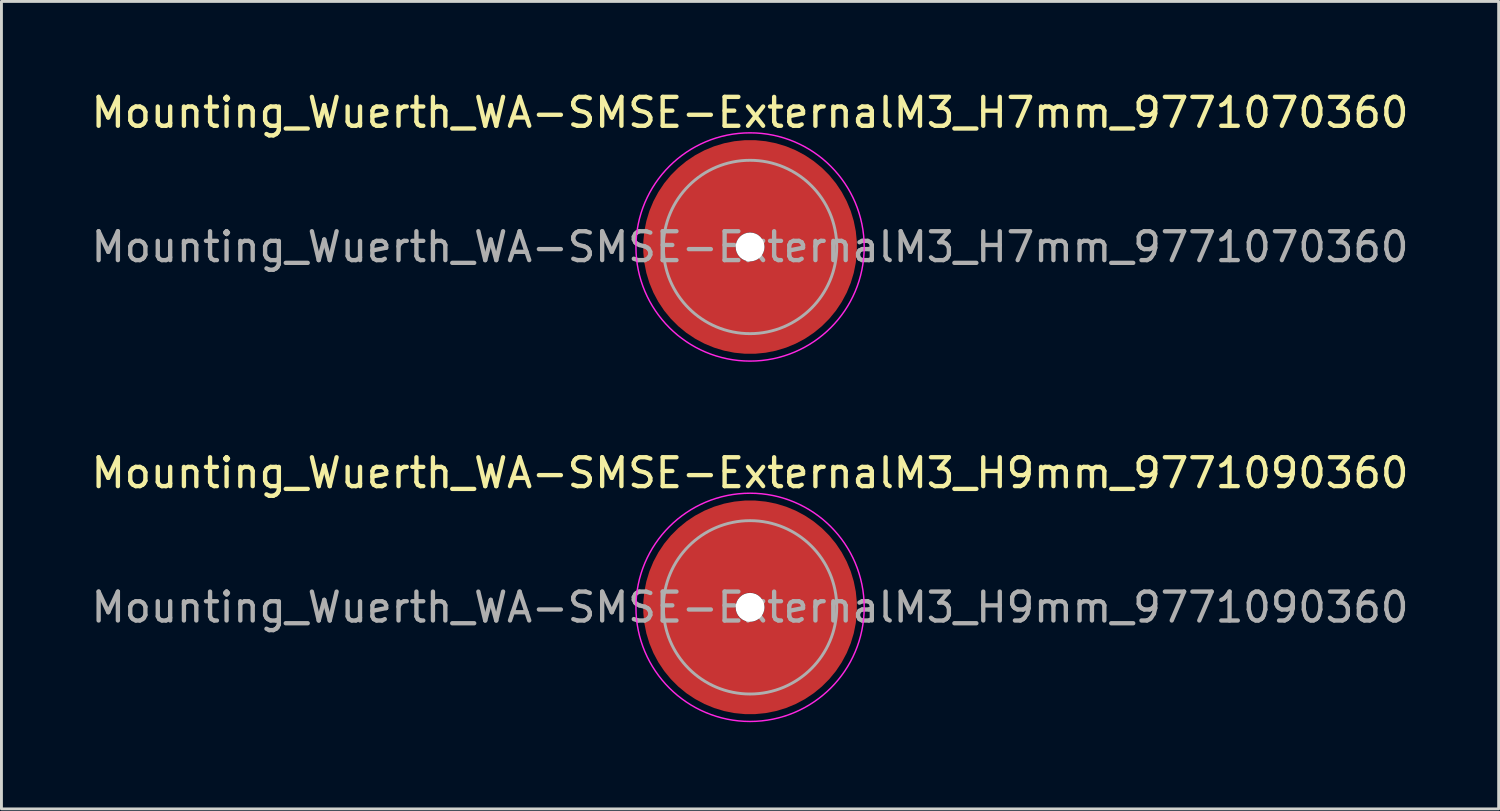
<source format=kicad_pcb>
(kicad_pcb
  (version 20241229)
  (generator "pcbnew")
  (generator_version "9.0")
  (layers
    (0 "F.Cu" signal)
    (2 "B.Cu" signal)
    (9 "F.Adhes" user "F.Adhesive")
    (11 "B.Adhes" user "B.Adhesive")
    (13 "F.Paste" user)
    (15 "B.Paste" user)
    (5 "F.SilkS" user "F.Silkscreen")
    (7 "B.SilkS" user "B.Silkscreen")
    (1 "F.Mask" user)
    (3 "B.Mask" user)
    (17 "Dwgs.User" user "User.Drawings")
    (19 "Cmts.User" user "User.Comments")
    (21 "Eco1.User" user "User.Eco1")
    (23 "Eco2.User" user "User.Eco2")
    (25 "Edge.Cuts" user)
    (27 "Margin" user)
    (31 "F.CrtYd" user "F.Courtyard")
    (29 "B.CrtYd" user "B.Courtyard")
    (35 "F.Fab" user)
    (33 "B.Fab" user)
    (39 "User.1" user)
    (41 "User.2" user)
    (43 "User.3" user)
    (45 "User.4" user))
  (footprint "Mounting_Wuerth_WA-SMSE-ExternalM3_H9mm_9771090360"
    (layer "F.Cu")
    (at 22.911 17.971)
    (property "Reference" "Mounting_Wuerth_WA-SMSE-ExternalM3_H9mm_9771090360" (at 0 -4.65 0) (layer "F.SilkS") (effects (font (size 1 1) (thickness 0.15))))
    (attr smd)
    (fp_circle (center 0 0) (end 3.95 0) (stroke (width 0.05) (type solid)) (fill no) (layer "F.CrtYd"))
    (fp_circle (center 0 0) (end 3 0) (stroke (width 0.1) (type solid)) (fill no) (layer "F.Fab"))
    (fp_text user "${REFERENCE}" (at 0 0 0) (layer "F.Fab") (effects (font (size 1 1) (thickness 0.15))))
    (pad "" smd custom (at 0 -2.1) (size 2.6 2.6) (layers "F.Paste") (options (anchor circle)) (primitives (gr_arc (start -0.305123 1.47) (mid -0.000513 1.4) (end 0.3042 1.469554) (width 0.2)) (gr_arc (start -0.493052 1.47) (mid -0.000664 1.3) (end 0.492006 1.469183) (width 0.2)) (gr_arc (start -0.642729 1.47) (mid -0.000361 1.2) (end 0.642223 1.469484) (width 0.2)) (gr_arc (start -0.776595 1.47) (mid -0.00087 1.1) (end 0.775497 1.468649) (width 0.2)) (gr_arc (start -0.901721 1.47) (mid -0.00018 1) (end 0.901515 1.469705) (width 0.2)) (gr_arc (start -1.021323 1.47) (mid -0.000665 0.9) (end 1.020624 1.468868) (width 0.2)) (gr_arc (start -1.137146 1.47) (mid -0.000289 0.8) (end 1.136866 1.469495) (width 0.2)) (gr_arc (start -1.25024 1.47) (mid -0.000155 0.7) (end 1.250101 1.469724) (width 0.2)) (gr_arc (start -1.361286 1.47) (mid -0.000403 0.6) (end 1.360947 1.469268) (width 0.2)) (gr_arc (start -1.470748 1.47) (mid -0.000334 0.5) (end 1.470485 1.469386) (width 0.2)) (gr_arc (start -1.578955 1.47) (mid -0.001427 0.400001) (end 1.577895 1.46735) (width 0.2)) (gr_arc (start -1.686149 1.47) (mid -0.000398 0.3) (end 1.68587 1.469254) (width 0.2)) (gr_arc (start -1.792512 1.47) (mid -0.001173 0.200001) (end 1.791733 1.467788) (width 0.2)) (gr_arc (start -1.898183 1.47) (mid -0.001368 0.100001) (end 1.89732 1.467404) (width 0.2)) (gr_arc (start -2.003272 1.47) (mid -0.001554 0.000001) (end 2.002338 1.467036) (width 0.2)) (gr_arc (start -2.107866 1.47) (mid -0.00037 -0.1) (end 2.107654 1.469292) (width 0.2)) (gr_arc (start -2.212035 1.47) (mid -0.00011 -0.2) (end 2.211975 1.469788) (width 0.2)) (gr_arc (start -2.315837 1.47) (mid -0.001322 -0.3) (end 2.315142 1.46745) (width 0.2)) (gr_arc (start -2.419318 1.47) (mid -0.000179 -0.4) (end 2.419228 1.469653) (width 0.2)) (gr_arc (start -2.522519 1.47) (mid -0.001235 -0.5) (end 2.521919 1.467604) (width 0.2)) (gr_arc (start -2.625471 1.47) (mid -0.000311 -0.6) (end 2.625326 1.469395) (width 0.2)) (gr_arc (start -2.728205 1.47) (mid -0.002303 -0.7) (end 2.727165 1.465513) (width 0.2)) (gr_arc (start -2.830742 1.47) (mid -0.000149 -0.8) (end 2.830677 1.469709) (width 0.2)) (gr_arc (start -2.933104 1.47) (mid -0.001447 -0.899999) (end 2.932495 1.46717) (width 0.2)) (gr_arc (start -3.035309 1.47) (mid -0.001317 -1) (end 3.034773 1.467421) (width 0.2)) (gr_arc (start -3.137372 1.47) (mid -0.002554 -1.099999) (end 3.136362 1.464993) (width 0.2)) (gr_arc (start -3.239305 1.47) (mid -0.002543 -1.199999) (end 3.23833 1.465008) (width 0.2)) (gr_arc (start -3.341123 1.47) (mid -0.001289 -1.3) (end 3.340644 1.467467) (width 0.2)) (gr_arc (start -3.442833 1.47) (mid -0.001847 -1.399999) (end 3.442166 1.466366) (width 0.2)) (gr_line (start 0.305 1.47) (end 3.443 1.47) (width 0.2)) (gr_line (start -0.305 1.47) (end -3.443 1.47) (width 0.2))))
    (pad "" np_thru_hole circle (at 0 0) (size 1 1) (drill 1) (layers "*.Cu" "*.Mask"))
    (pad "" smd custom (at 0 2.1) (size 2.6 2.6) (layers "F.Paste") (options (anchor circle)) (primitives (gr_arc (start 0.305123 -1.47) (mid 0.000513 -1.4) (end -0.3042 -1.469554) (width 0.2)) (gr_arc (start 0.493052 -1.47) (mid 0.000664 -1.3) (end -0.492006 -1.469183) (width 0.2)) (gr_arc (start 0.642729 -1.47) (mid 0.000361 -1.2) (end -0.642223 -1.469484) (width 0.2)) (gr_arc (start 0.776595 -1.47) (mid 0.00087 -1.1) (end -0.775497 -1.468649) (width 0.2)) (gr_arc (start 0.901721 -1.47) (mid 0.00018 -1) (end -0.901515 -1.469705) (width 0.2)) (gr_arc (start 1.021323 -1.47) (mid 0.000665 -0.9) (end -1.020624 -1.468868) (width 0.2)) (gr_arc (start 1.137146 -1.47) (mid 0.000289 -0.8) (end -1.136866 -1.469495) (width 0.2)) (gr_arc (start 1.25024 -1.47) (mid 0.000155 -0.7) (end -1.250101 -1.469724) (width 0.2)) (gr_arc (start 1.361286 -1.47) (mid 0.000403 -0.6) (end -1.360947 -1.469268) (width 0.2)) (gr_arc (start 1.470748 -1.47) (mid 0.000334 -0.5) (end -1.470485 -1.469386) (width 0.2)) (gr_arc (start 1.578955 -1.47) (mid 0.001427 -0.400001) (end -1.577895 -1.46735) (width 0.2)) (gr_arc (start 1.686149 -1.47) (mid 0.000398 -0.3) (end -1.68587 -1.469254) (width 0.2)) (gr_arc (start 1.792512 -1.47) (mid 0.001173 -0.200001) (end -1.791733 -1.467788) (width 0.2)) (gr_arc (start 1.898183 -1.47) (mid 0.001368 -0.100001) (end -1.89732 -1.467404) (width 0.2)) (gr_arc (start 2.003272 -1.47) (mid 0.001554 -0.000001) (end -2.002338 -1.467036) (width 0.2)) (gr_arc (start 2.107866 -1.47) (mid 0.00037 0.1) (end -2.107654 -1.469292) (width 0.2)) (gr_arc (start 2.212035 -1.47) (mid 0.00011 0.2) (end -2.211975 -1.469788) (width 0.2)) (gr_arc (start 2.315837 -1.47) (mid 0.001322 0.3) (end -2.315142 -1.46745) (width 0.2)) (gr_arc (start 2.419318 -1.47) (mid 0.000179 0.4) (end -2.419228 -1.469653) (width 0.2)) (gr_arc (start 2.522519 -1.47) (mid 0.001235 0.5) (end -2.521919 -1.467604) (width 0.2)) (gr_arc (start 2.625471 -1.47) (mid 0.000311 0.6) (end -2.625326 -1.469395) (width 0.2)) (gr_arc (start 2.728205 -1.47) (mid 0.002303 0.7) (end -2.727165 -1.465513) (width 0.2)) (gr_arc (start 2.830742 -1.47) (mid 0.000149 0.8) (end -2.830677 -1.469709) (width 0.2)) (gr_arc (start 2.933104 -1.47) (mid 0.001447 0.899999) (end -2.932495 -1.46717) (width 0.2)) (gr_arc (start 3.035309 -1.47) (mid 0.001317 1) (end -3.034773 -1.467421) (width 0.2)) (gr_arc (start 3.137372 -1.47) (mid 0.002554 1.099999) (end -3.136362 -1.464993) (width 0.2)) (gr_arc (start 3.239305 -1.47) (mid 0.002543 1.199999) (end -3.23833 -1.465008) (width 0.2)) (gr_arc (start 3.341123 -1.47) (mid 0.001289 1.3) (end -3.340644 -1.467467) (width 0.2)) (gr_arc (start 3.442833 -1.47) (mid 0.001847 1.399999) (end -3.442166 -1.466366) (width 0.2)) (gr_line (start -0.305 -1.47) (end -3.443 -1.47) (width 0.2)) (gr_line (start 0.305 -1.47) (end 3.443 -1.47) (width 0.2))))
    (pad "1" smd circle (at -2.1 0) (size 2.8 2.8) (layers "F.Cu"))
    (pad "1" smd circle (at 0 -2.1) (size 2.8 2.8) (layers "F.Cu"))
    (pad "1" smd circle (at 0 2.1) (size 2.8 2.8) (layers "F.Cu"))
    (pad "1" smd custom (at 2.1 0) (size 2.8 2.8) (layers "F.Cu" "F.Mask") (options (anchor circle)) (primitives (gr_circle (center -2.1 0) (end 0 0) (width 3.2) (fill no)))))
  (footprint "Mounting_Wuerth_WA-SMSE-ExternalM3_H7mm_9771070360"
    (layer "F.Cu")
    (at 22.911 5.498)
    (property "Reference" "Mounting_Wuerth_WA-SMSE-ExternalM3_H7mm_9771070360" (at 0 -4.65 0) (layer "F.SilkS") (effects (font (size 1 1) (thickness 0.15))))
    (attr smd)
    (fp_circle (center 0 0) (end 3.95 0) (stroke (width 0.05) (type solid)) (fill no) (layer "F.CrtYd"))
    (fp_circle (center 0 0) (end 3 0) (stroke (width 0.1) (type solid)) (fill no) (layer "F.Fab"))
    (fp_text user "${REFERENCE}" (at 0 0 0) (layer "F.Fab") (effects (font (size 1 1) (thickness 0.15))))
    (pad "" smd custom (at 0 -2.1) (size 2.6 2.6) (layers "F.Paste") (options (anchor circle)) (primitives (gr_arc (start -0.305123 1.47) (mid -0.000513 1.4) (end 0.3042 1.469554) (width 0.2)) (gr_arc (start -0.493052 1.47) (mid -0.000664 1.3) (end 0.492006 1.469183) (width 0.2)) (gr_arc (start -0.642729 1.47) (mid -0.000361 1.2) (end 0.642223 1.469484) (width 0.2)) (gr_arc (start -0.776595 1.47) (mid -0.00087 1.1) (end 0.775497 1.468649) (width 0.2)) (gr_arc (start -0.901721 1.47) (mid -0.00018 1) (end 0.901515 1.469705) (width 0.2)) (gr_arc (start -1.021323 1.47) (mid -0.000665 0.9) (end 1.020624 1.468868) (width 0.2)) (gr_arc (start -1.137146 1.47) (mid -0.000289 0.8) (end 1.136866 1.469495) (width 0.2)) (gr_arc (start -1.25024 1.47) (mid -0.000155 0.7) (end 1.250101 1.469724) (width 0.2)) (gr_arc (start -1.361286 1.47) (mid -0.000403 0.6) (end 1.360947 1.469268) (width 0.2)) (gr_arc (start -1.470748 1.47) (mid -0.000334 0.5) (end 1.470485 1.469386) (width 0.2)) (gr_arc (start -1.578955 1.47) (mid -0.001427 0.400001) (end 1.577895 1.46735) (width 0.2)) (gr_arc (start -1.686149 1.47) (mid -0.000398 0.3) (end 1.68587 1.469254) (width 0.2)) (gr_arc (start -1.792512 1.47) (mid -0.001173 0.200001) (end 1.791733 1.467788) (width 0.2)) (gr_arc (start -1.898183 1.47) (mid -0.001368 0.100001) (end 1.89732 1.467404) (width 0.2)) (gr_arc (start -2.003272 1.47) (mid -0.001554 0.000001) (end 2.002338 1.467036) (width 0.2)) (gr_arc (start -2.107866 1.47) (mid -0.00037 -0.1) (end 2.107654 1.469292) (width 0.2)) (gr_arc (start -2.212035 1.47) (mid -0.00011 -0.2) (end 2.211975 1.469788) (width 0.2)) (gr_arc (start -2.315837 1.47) (mid -0.001322 -0.3) (end 2.315142 1.46745) (width 0.2)) (gr_arc (start -2.419318 1.47) (mid -0.000179 -0.4) (end 2.419228 1.469653) (width 0.2)) (gr_arc (start -2.522519 1.47) (mid -0.001235 -0.5) (end 2.521919 1.467604) (width 0.2)) (gr_arc (start -2.625471 1.47) (mid -0.000311 -0.6) (end 2.625326 1.469395) (width 0.2)) (gr_arc (start -2.728205 1.47) (mid -0.002303 -0.7) (end 2.727165 1.465513) (width 0.2)) (gr_arc (start -2.830742 1.47) (mid -0.000149 -0.8) (end 2.830677 1.469709) (width 0.2)) (gr_arc (start -2.933104 1.47) (mid -0.001447 -0.899999) (end 2.932495 1.46717) (width 0.2)) (gr_arc (start -3.035309 1.47) (mid -0.001317 -1) (end 3.034773 1.467421) (width 0.2)) (gr_arc (start -3.137372 1.47) (mid -0.002554 -1.099999) (end 3.136362 1.464993) (width 0.2)) (gr_arc (start -3.239305 1.47) (mid -0.002543 -1.199999) (end 3.23833 1.465008) (width 0.2)) (gr_arc (start -3.341123 1.47) (mid -0.001289 -1.3) (end 3.340644 1.467467) (width 0.2)) (gr_arc (start -3.442833 1.47) (mid -0.001847 -1.399999) (end 3.442166 1.466366) (width 0.2)) (gr_line (start 0.305 1.47) (end 3.443 1.47) (width 0.2)) (gr_line (start -0.305 1.47) (end -3.443 1.47) (width 0.2))))
    (pad "" np_thru_hole circle (at 0 0) (size 1 1) (drill 1) (layers "*.Cu" "*.Mask"))
    (pad "" smd custom (at 0 2.1) (size 2.6 2.6) (layers "F.Paste") (options (anchor circle)) (primitives (gr_arc (start 0.305123 -1.47) (mid 0.000513 -1.4) (end -0.3042 -1.469554) (width 0.2)) (gr_arc (start 0.493052 -1.47) (mid 0.000664 -1.3) (end -0.492006 -1.469183) (width 0.2)) (gr_arc (start 0.642729 -1.47) (mid 0.000361 -1.2) (end -0.642223 -1.469484) (width 0.2)) (gr_arc (start 0.776595 -1.47) (mid 0.00087 -1.1) (end -0.775497 -1.468649) (width 0.2)) (gr_arc (start 0.901721 -1.47) (mid 0.00018 -1) (end -0.901515 -1.469705) (width 0.2)) (gr_arc (start 1.021323 -1.47) (mid 0.000665 -0.9) (end -1.020624 -1.468868) (width 0.2)) (gr_arc (start 1.137146 -1.47) (mid 0.000289 -0.8) (end -1.136866 -1.469495) (width 0.2)) (gr_arc (start 1.25024 -1.47) (mid 0.000155 -0.7) (end -1.250101 -1.469724) (width 0.2)) (gr_arc (start 1.361286 -1.47) (mid 0.000403 -0.6) (end -1.360947 -1.469268) (width 0.2)) (gr_arc (start 1.470748 -1.47) (mid 0.000334 -0.5) (end -1.470485 -1.469386) (width 0.2)) (gr_arc (start 1.578955 -1.47) (mid 0.001427 -0.400001) (end -1.577895 -1.46735) (width 0.2)) (gr_arc (start 1.686149 -1.47) (mid 0.000398 -0.3) (end -1.68587 -1.469254) (width 0.2)) (gr_arc (start 1.792512 -1.47) (mid 0.001173 -0.200001) (end -1.791733 -1.467788) (width 0.2)) (gr_arc (start 1.898183 -1.47) (mid 0.001368 -0.100001) (end -1.89732 -1.467404) (width 0.2)) (gr_arc (start 2.003272 -1.47) (mid 0.001554 -0.000001) (end -2.002338 -1.467036) (width 0.2)) (gr_arc (start 2.107866 -1.47) (mid 0.00037 0.1) (end -2.107654 -1.469292) (width 0.2)) (gr_arc (start 2.212035 -1.47) (mid 0.00011 0.2) (end -2.211975 -1.469788) (width 0.2)) (gr_arc (start 2.315837 -1.47) (mid 0.001322 0.3) (end -2.315142 -1.46745) (width 0.2)) (gr_arc (start 2.419318 -1.47) (mid 0.000179 0.4) (end -2.419228 -1.469653) (width 0.2)) (gr_arc (start 2.522519 -1.47) (mid 0.001235 0.5) (end -2.521919 -1.467604) (width 0.2)) (gr_arc (start 2.625471 -1.47) (mid 0.000311 0.6) (end -2.625326 -1.469395) (width 0.2)) (gr_arc (start 2.728205 -1.47) (mid 0.002303 0.7) (end -2.727165 -1.465513) (width 0.2)) (gr_arc (start 2.830742 -1.47) (mid 0.000149 0.8) (end -2.830677 -1.469709) (width 0.2)) (gr_arc (start 2.933104 -1.47) (mid 0.001447 0.899999) (end -2.932495 -1.46717) (width 0.2)) (gr_arc (start 3.035309 -1.47) (mid 0.001317 1) (end -3.034773 -1.467421) (width 0.2)) (gr_arc (start 3.137372 -1.47) (mid 0.002554 1.099999) (end -3.136362 -1.464993) (width 0.2)) (gr_arc (start 3.239305 -1.47) (mid 0.002543 1.199999) (end -3.23833 -1.465008) (width 0.2)) (gr_arc (start 3.341123 -1.47) (mid 0.001289 1.3) (end -3.340644 -1.467467) (width 0.2)) (gr_arc (start 3.442833 -1.47) (mid 0.001847 1.399999) (end -3.442166 -1.466366) (width 0.2)) (gr_line (start -0.305 -1.47) (end -3.443 -1.47) (width 0.2)) (gr_line (start 0.305 -1.47) (end 3.443 -1.47) (width 0.2))))
    (pad "1" smd circle (at -2.1 0) (size 2.8 2.8) (layers "F.Cu"))
    (pad "1" smd circle (at 0 -2.1) (size 2.8 2.8) (layers "F.Cu"))
    (pad "1" smd circle (at 0 2.1) (size 2.8 2.8) (layers "F.Cu"))
    (pad "1" smd custom (at 2.1 0) (size 2.8 2.8) (layers "F.Cu" "F.Mask") (options (anchor circle)) (primitives (gr_circle (center -2.1 0) (end 0 0) (width 3.2) (fill no)))))
  (gr_rect
    (start -3 -3)
    (end 48.821 24.947)
    (stroke (width 0.1) (type default))
    (fill no)
    (layer "Edge.Cuts")))
</source>
